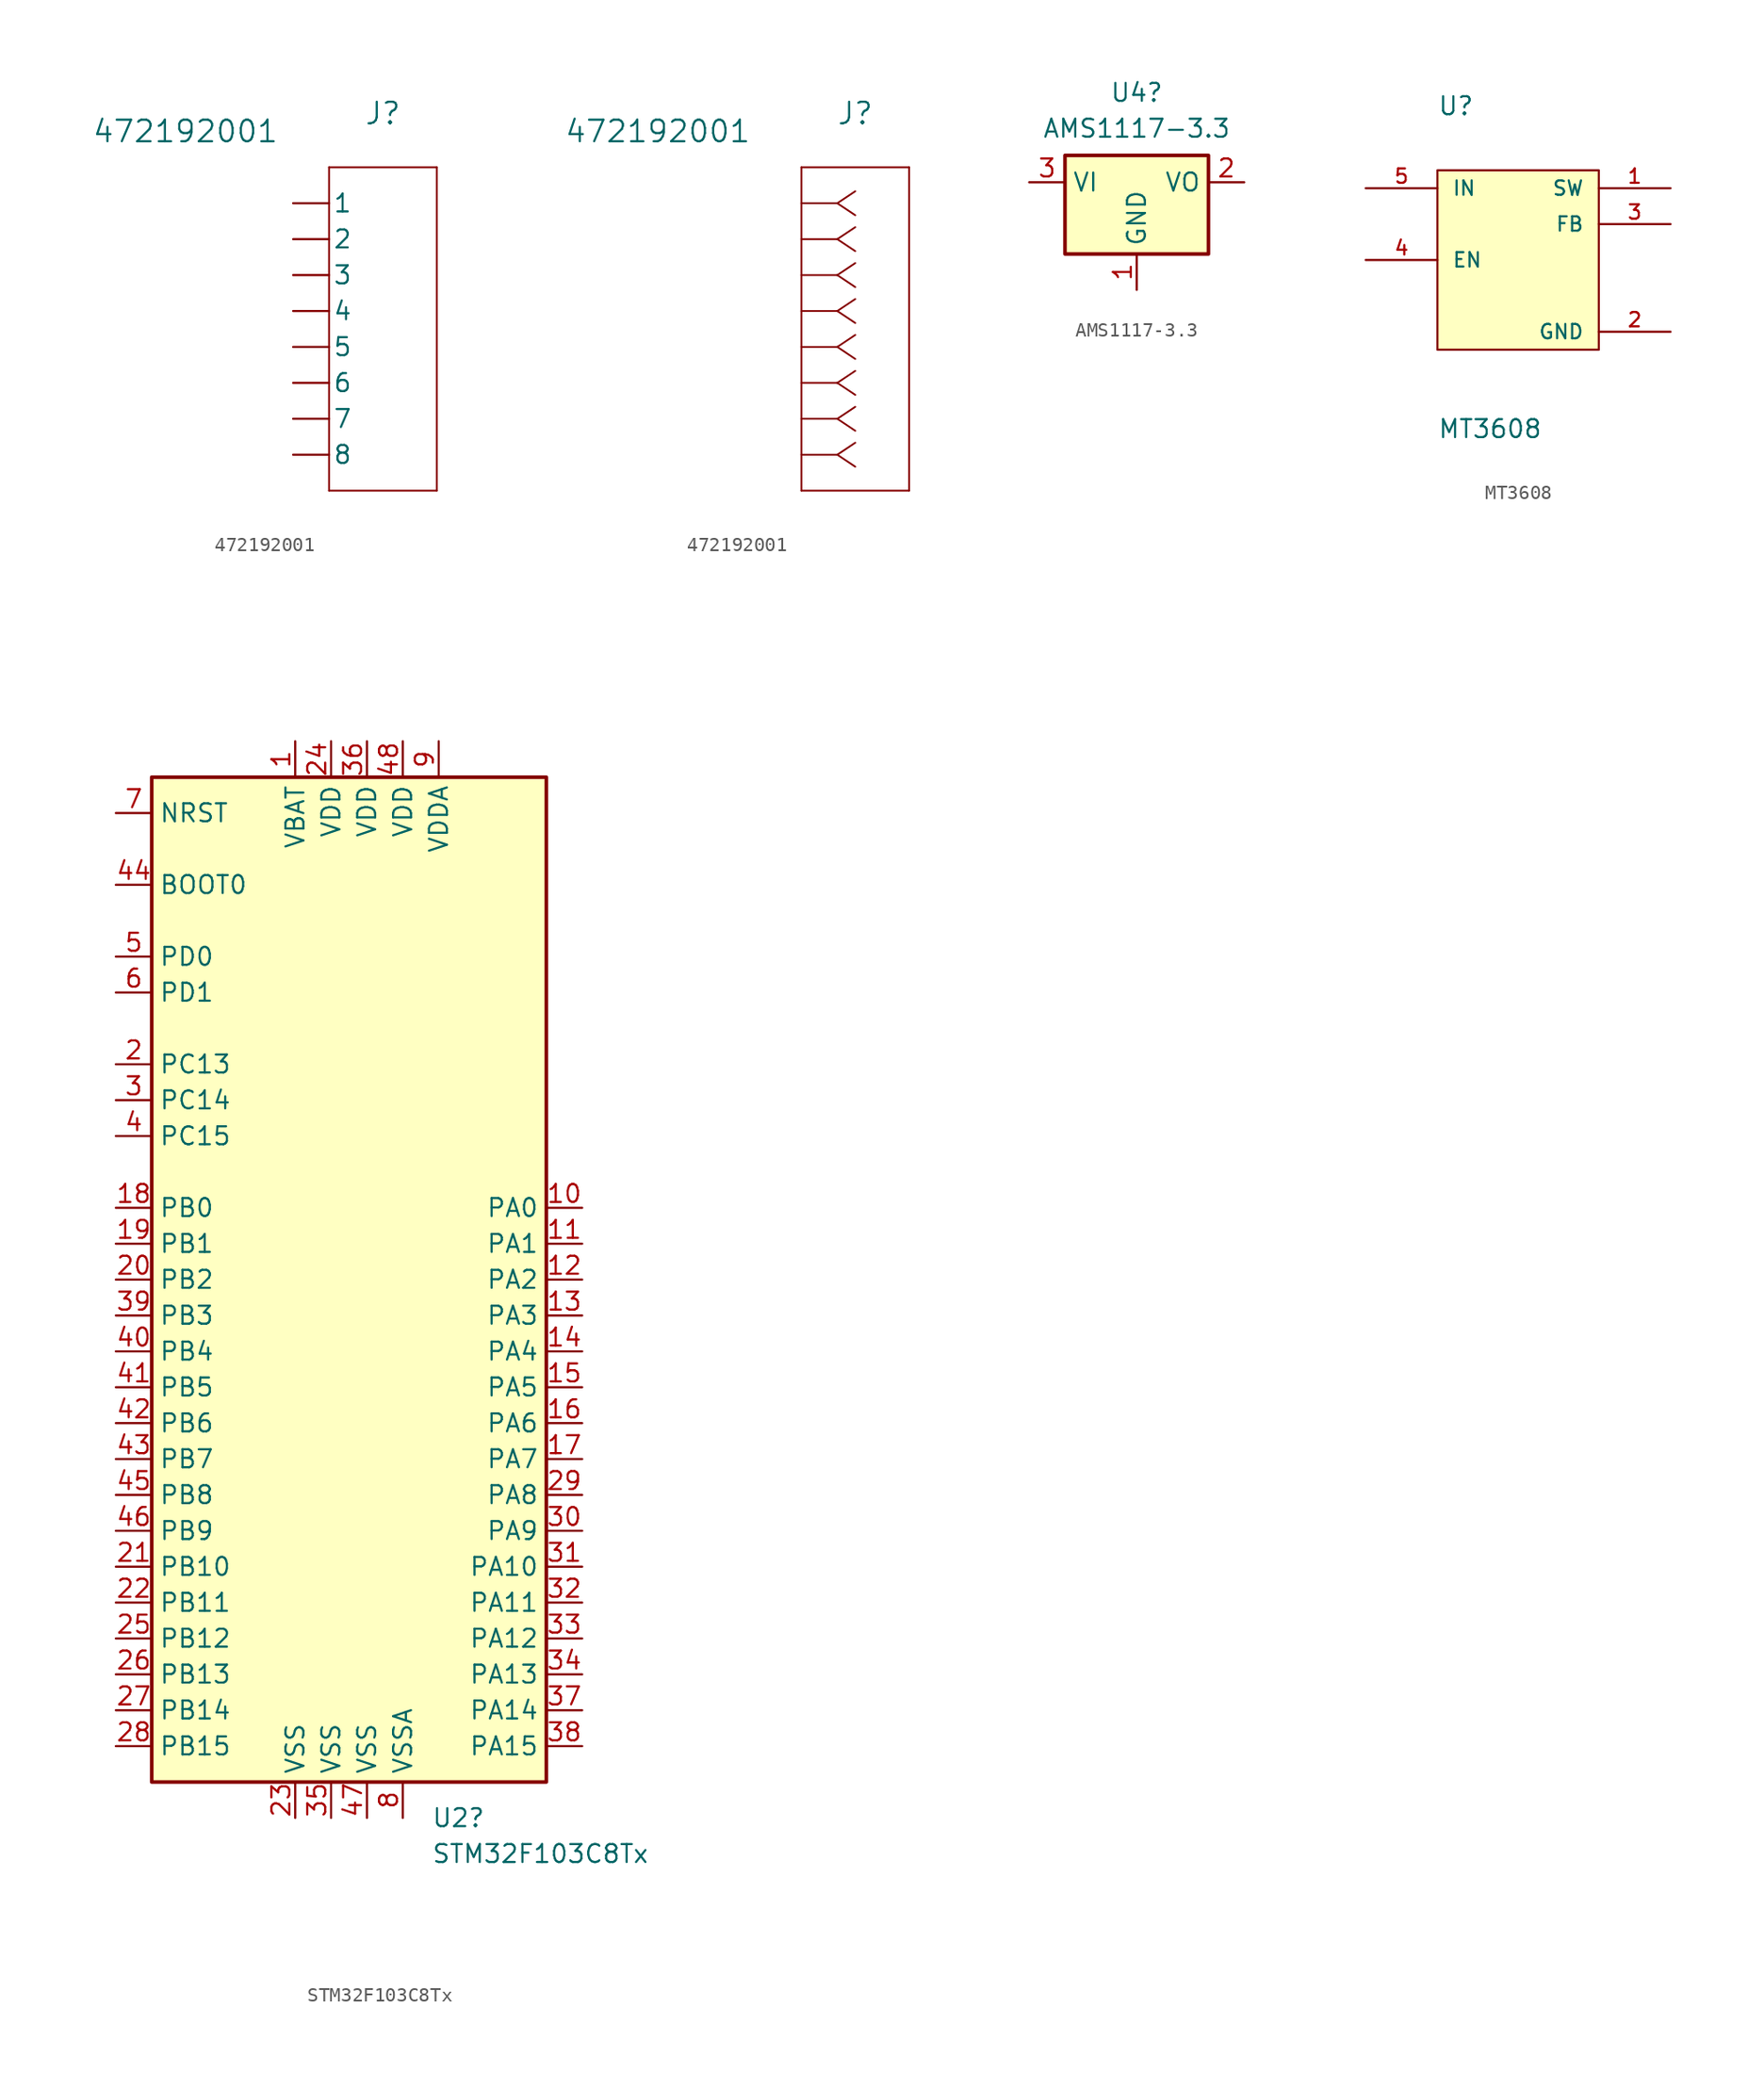
<source format=kicad_sym>
(kicad_symbol_lib
  (version 20231120)
  (generator "kicad_symbol_editor")
  (generator_version "8.0")
  (symbol "472192001"
    (pin_names
      (offset 0.254))
    (property "Reference" "J"
      (at 8.89 6.35 0)
      (effects (font (size 1.524 1.524))))
    (property "Value" "472192001"
      (at -5.08 5.08 0)
      (effects (font (size 1.524 1.524))))
    (symbol "472192001_1_1"
      (polyline (pts (xy 5.08 -20.32) (xy 12.7 -20.32)) (stroke (width 0.127) (type default)) (fill (type none)))
      (polyline (pts (xy 5.08 2.54) (xy 5.08 -20.32)) (stroke (width 0.127) (type default)) (fill (type none)))
      (polyline (pts (xy 12.7 -20.32) (xy 12.7 2.54)) (stroke (width 0.127) (type default)) (fill (type none)))
      (polyline (pts (xy 12.7 2.54) (xy 5.08 2.54)) (stroke (width 0.127) (type default)) (fill (type none)))
      (pin bidirectional line (at 2.54 0 0) (length 2.54) (name "1" (effects (font (size 1.27 1.27)))) (number "" (effects (font (size 1.27 1.27)))))
      (pin bidirectional line (at 2.54 -2.54 0) (length 2.54) (name "2" (effects (font (size 1.27 1.27)))) (number "" (effects (font (size 1.27 1.27)))))
      (pin bidirectional line (at 2.54 -5.08 0) (length 2.54) (name "3" (effects (font (size 1.27 1.27)))) (number "" (effects (font (size 1.27 1.27)))))
      (pin bidirectional line (at 2.54 -7.62 0) (length 2.54) (name "4" (effects (font (size 1.27 1.27)))) (number "" (effects (font (size 1.27 1.27)))))
      (pin bidirectional line (at 2.54 -10.16 0) (length 2.54) (name "5" (effects (font (size 1.27 1.27)))) (number "" (effects (font (size 1.27 1.27)))))
      (pin bidirectional line (at 2.54 -12.7 0) (length 2.54) (name "6" (effects (font (size 1.27 1.27)))) (number "" (effects (font (size 1.27 1.27)))))
      (pin bidirectional line (at 2.54 -15.24 0) (length 2.54) (name "7" (effects (font (size 1.27 1.27)))) (number "" (effects (font (size 1.27 1.27)))))
      (pin bidirectional line (at 2.54 -17.78 0) (length 2.54) (name "8" (effects (font (size 1.27 1.27)))) (number "" (effects (font (size 1.27 1.27))))))
    (symbol "472192001_1_2"
      (polyline (pts (xy 5.08 -20.32) (xy 12.7 -20.32)) (stroke (width 0.127) (type default)) (fill (type none)))
      (polyline (pts (xy 5.08 2.54) (xy 5.08 -20.32)) (stroke (width 0.127) (type default)) (fill (type none)))
      (polyline (pts (xy 7.62 -17.78) (xy 5.08 -17.78)) (stroke (width 0.127) (type default)) (fill (type none)))
      (polyline (pts (xy 7.62 -17.78) (xy 8.89 -18.627)) (stroke (width 0.127) (type default)) (fill (type none)))
      (polyline (pts (xy 7.62 -17.78) (xy 8.89 -16.933)) (stroke (width 0.127) (type default)) (fill (type none)))
      (polyline (pts (xy 7.62 -15.24) (xy 5.08 -15.24)) (stroke (width 0.127) (type default)) (fill (type none)))
      (polyline (pts (xy 7.62 -15.24) (xy 8.89 -16.087)) (stroke (width 0.127) (type default)) (fill (type none)))
      (polyline (pts (xy 7.62 -15.24) (xy 8.89 -14.393)) (stroke (width 0.127) (type default)) (fill (type none)))
      (polyline (pts (xy 7.62 -12.7) (xy 5.08 -12.7)) (stroke (width 0.127) (type default)) (fill (type none)))
      (polyline (pts (xy 7.62 -12.7) (xy 8.89 -13.547)) (stroke (width 0.127) (type default)) (fill (type none)))
      (polyline (pts (xy 7.62 -12.7) (xy 8.89 -11.853)) (stroke (width 0.127) (type default)) (fill (type none)))
      (polyline (pts (xy 7.62 -10.16) (xy 5.08 -10.16)) (stroke (width 0.127) (type default)) (fill (type none)))
      (polyline (pts (xy 7.62 -10.16) (xy 8.89 -11.007)) (stroke (width 0.127) (type default)) (fill (type none)))
      (polyline (pts (xy 7.62 -10.16) (xy 8.89 -9.313)) (stroke (width 0.127) (type default)) (fill (type none)))
      (polyline (pts (xy 7.62 -7.62) (xy 5.08 -7.62)) (stroke (width 0.127) (type default)) (fill (type none)))
      (polyline (pts (xy 7.62 -7.62) (xy 8.89 -8.467)) (stroke (width 0.127) (type default)) (fill (type none)))
      (polyline (pts (xy 7.62 -7.62) (xy 8.89 -6.773)) (stroke (width 0.127) (type default)) (fill (type none)))
      (polyline (pts (xy 7.62 -5.08) (xy 5.08 -5.08)) (stroke (width 0.127) (type default)) (fill (type none)))
      (polyline (pts (xy 7.62 -5.08) (xy 8.89 -5.927)) (stroke (width 0.127) (type default)) (fill (type none)))
      (polyline (pts (xy 7.62 -5.08) (xy 8.89 -4.233)) (stroke (width 0.127) (type default)) (fill (type none)))
      (polyline (pts (xy 7.62 -2.54) (xy 5.08 -2.54)) (stroke (width 0.127) (type default)) (fill (type none)))
      (polyline (pts (xy 7.62 -2.54) (xy 8.89 -3.387)) (stroke (width 0.127) (type default)) (fill (type none)))
      (polyline (pts (xy 7.62 -2.54) (xy 8.89 -1.693)) (stroke (width 0.127) (type default)) (fill (type none)))
      (polyline (pts (xy 7.62 0) (xy 5.08 0)) (stroke (width 0.127) (type default)) (fill (type none)))
      (polyline (pts (xy 7.62 0) (xy 8.89 -0.847)) (stroke (width 0.127) (type default)) (fill (type none)))
      (polyline (pts (xy 7.62 0) (xy 8.89 0.847)) (stroke (width 0.127) (type default)) (fill (type none)))
      (polyline (pts (xy 12.7 -20.32) (xy 12.7 2.54)) (stroke (width 0.127) (type default)) (fill (type none)))
      (polyline (pts (xy 12.7 2.54) (xy 5.08 2.54)) (stroke (width 0.127) (type default)) (fill (type none)))))
  (symbol "AMS1117-3.3"
    (property "Reference" "U4"
      (at 0 6.35 0)
      (effects (font (size 1.27 1.27))))
    (property "Value" "AMS1117-3.3"
      (at 0 3.81 0)
      (effects (font (size 1.27 1.27))))
    (symbol "AMS1117-3.3_0_1"
      (rectangle (start -5.08 -5.08) (end 5.08 1.905) (stroke (width 0.254) (type default)) (fill (type background))))
    (symbol "AMS1117-3.3_1_1"
      (pin power_in line (at 0 -7.62 90) (length 2.54) (name "GND" (effects (font (size 1.27 1.27)))) (number "1" (effects (font (size 1.27 1.27)))))
      (pin power_out line (at 7.62 0 180) (length 2.54) (name "VO" (effects (font (size 1.27 1.27)))) (number "2" (effects (font (size 1.27 1.27)))))
      (pin power_in line (at -7.62 0 0) (length 2.54) (name "VI" (effects (font (size 1.27 1.27)))) (number "3" (effects (font (size 1.27 1.27)))))))
  (symbol "MT3608"
    (pin_names
      (offset 1.016))
    (property "Reference" "U"
      (at -10.16 10.16 0)
      (effects (font (size 1.27 1.27)) (justify left bottom)))
    (property "Value" "MT3608"
      (at -10.16 -12.7 0)
      (effects (font (size 1.27 1.27)) (justify left bottom)))
    (symbol "MT3608_0_0"
      (rectangle (start -10.16 6.35) (end 1.27 -6.35) (stroke (width 0.152) (type default)) (fill (type background)))
      (pin output line (at 6.35 5.08 180) (length 5.08) (name "SW" (effects (font (size 1.016 1.016)))) (number "1" (effects (font (size 1.016 1.016)))))
      (pin power_in line (at 6.35 -5.08 180) (length 5.08) (name "GND" (effects (font (size 1.016 1.016)))) (number "2" (effects (font (size 1.016 1.016)))))
      (pin input line (at 6.35 2.54 180) (length 5.08) (name "FB" (effects (font (size 1.016 1.016)))) (number "3" (effects (font (size 1.016 1.016)))))
      (pin input line (at -15.24 0 0) (length 5.08) (name "EN" (effects (font (size 1.016 1.016)))) (number "4" (effects (font (size 1.016 1.016)))))
      (pin input line (at -15.24 5.08 0) (length 5.08) (name "IN" (effects (font (size 1.016 1.016)))) (number "5" (effects (font (size 1.016 1.016)))))))
  (symbol "STM32F103C8Tx"
    (property "Reference" "U2"
      (at 4.559 -38.1 0)
      (effects (font (size 1.27 1.27)) (justify left)))
    (property "Value" "STM32F103C8Tx"
      (at 4.559 -40.64 0)
      (effects (font (size 1.27 1.27)) (justify left)))
    (symbol "STM32F103C8Tx_0_1"
      (rectangle (start -15.24 -35.56) (end 12.7 35.56) (stroke (width 0.254) (type default)) (fill (type background))))
    (symbol "STM32F103C8Tx_1_1"
      (pin power_in line (at -5.08 38.1 270) (length 2.54) (name "VBAT" (effects (font (size 1.27 1.27)))) (number "1" (effects (font (size 1.27 1.27)))))
      (pin bidirectional line (at 15.24 5.08 180) (length 2.54) (name "PA0" (effects (font (size 1.27 1.27)))) (number "10" (effects (font (size 1.27 1.27)))))
      (pin bidirectional line (at 15.24 2.54 180) (length 2.54) (name "PA1" (effects (font (size 1.27 1.27)))) (number "11" (effects (font (size 1.27 1.27)))))
      (pin bidirectional line (at 15.24 0 180) (length 2.54) (name "PA2" (effects (font (size 1.27 1.27)))) (number "12" (effects (font (size 1.27 1.27)))))
      (pin bidirectional line (at 15.24 -2.54 180) (length 2.54) (name "PA3" (effects (font (size 1.27 1.27)))) (number "13" (effects (font (size 1.27 1.27)))))
      (pin bidirectional line (at 15.24 -5.08 180) (length 2.54) (name "PA4" (effects (font (size 1.27 1.27)))) (number "14" (effects (font (size 1.27 1.27)))))
      (pin bidirectional line (at 15.24 -7.62 180) (length 2.54) (name "PA5" (effects (font (size 1.27 1.27)))) (number "15" (effects (font (size 1.27 1.27)))))
      (pin bidirectional line (at 15.24 -10.16 180) (length 2.54) (name "PA6" (effects (font (size 1.27 1.27)))) (number "16" (effects (font (size 1.27 1.27)))))
      (pin bidirectional line (at 15.24 -12.7 180) (length 2.54) (name "PA7" (effects (font (size 1.27 1.27)))) (number "17" (effects (font (size 1.27 1.27)))))
      (pin bidirectional line (at -17.78 5.08 0) (length 2.54) (name "PB0" (effects (font (size 1.27 1.27)))) (number "18" (effects (font (size 1.27 1.27)))))
      (pin bidirectional line (at -17.78 2.54 0) (length 2.54) (name "PB1" (effects (font (size 1.27 1.27)))) (number "19" (effects (font (size 1.27 1.27)))))
      (pin bidirectional line (at -17.78 15.24 0) (length 2.54) (name "PC13" (effects (font (size 1.27 1.27)))) (number "2" (effects (font (size 1.27 1.27)))))
      (pin bidirectional line (at -17.78 0 0) (length 2.54) (name "PB2" (effects (font (size 1.27 1.27)))) (number "20" (effects (font (size 1.27 1.27)))))
      (pin bidirectional line (at -17.78 -20.32 0) (length 2.54) (name "PB10" (effects (font (size 1.27 1.27)))) (number "21" (effects (font (size 1.27 1.27)))))
      (pin bidirectional line (at -17.78 -22.86 0) (length 2.54) (name "PB11" (effects (font (size 1.27 1.27)))) (number "22" (effects (font (size 1.27 1.27)))))
      (pin power_in line (at -5.08 -38.1 90) (length 2.54) (name "VSS" (effects (font (size 1.27 1.27)))) (number "23" (effects (font (size 1.27 1.27)))))
      (pin power_in line (at -2.54 38.1 270) (length 2.54) (name "VDD" (effects (font (size 1.27 1.27)))) (number "24" (effects (font (size 1.27 1.27)))))
      (pin bidirectional line (at -17.78 -25.4 0) (length 2.54) (name "PB12" (effects (font (size 1.27 1.27)))) (number "25" (effects (font (size 1.27 1.27)))))
      (pin bidirectional line (at -17.78 -27.94 0) (length 2.54) (name "PB13" (effects (font (size 1.27 1.27)))) (number "26" (effects (font (size 1.27 1.27)))))
      (pin bidirectional line (at -17.78 -30.48 0) (length 2.54) (name "PB14" (effects (font (size 1.27 1.27)))) (number "27" (effects (font (size 1.27 1.27)))))
      (pin bidirectional line (at -17.78 -33.02 0) (length 2.54) (name "PB15" (effects (font (size 1.27 1.27)))) (number "28" (effects (font (size 1.27 1.27)))))
      (pin bidirectional line (at 15.24 -15.24 180) (length 2.54) (name "PA8" (effects (font (size 1.27 1.27)))) (number "29" (effects (font (size 1.27 1.27)))))
      (pin bidirectional line (at -17.78 12.7 0) (length 2.54) (name "PC14" (effects (font (size 1.27 1.27)))) (number "3" (effects (font (size 1.27 1.27)))))
      (pin bidirectional line (at 15.24 -17.78 180) (length 2.54) (name "PA9" (effects (font (size 1.27 1.27)))) (number "30" (effects (font (size 1.27 1.27)))))
      (pin bidirectional line (at 15.24 -20.32 180) (length 2.54) (name "PA10" (effects (font (size 1.27 1.27)))) (number "31" (effects (font (size 1.27 1.27)))))
      (pin bidirectional line (at 15.24 -22.86 180) (length 2.54) (name "PA11" (effects (font (size 1.27 1.27)))) (number "32" (effects (font (size 1.27 1.27)))))
      (pin bidirectional line (at 15.24 -25.4 180) (length 2.54) (name "PA12" (effects (font (size 1.27 1.27)))) (number "33" (effects (font (size 1.27 1.27)))))
      (pin bidirectional line (at 15.24 -27.94 180) (length 2.54) (name "PA13" (effects (font (size 1.27 1.27)))) (number "34" (effects (font (size 1.27 1.27)))))
      (pin power_in line (at -2.54 -38.1 90) (length 2.54) (name "VSS" (effects (font (size 1.27 1.27)))) (number "35" (effects (font (size 1.27 1.27)))))
      (pin power_in line (at 0 38.1 270) (length 2.54) (name "VDD" (effects (font (size 1.27 1.27)))) (number "36" (effects (font (size 1.27 1.27)))))
      (pin bidirectional line (at 15.24 -30.48 180) (length 2.54) (name "PA14" (effects (font (size 1.27 1.27)))) (number "37" (effects (font (size 1.27 1.27)))))
      (pin bidirectional line (at 15.24 -33.02 180) (length 2.54) (name "PA15" (effects (font (size 1.27 1.27)))) (number "38" (effects (font (size 1.27 1.27)))))
      (pin bidirectional line (at -17.78 -2.54 0) (length 2.54) (name "PB3" (effects (font (size 1.27 1.27)))) (number "39" (effects (font (size 1.27 1.27)))))
      (pin bidirectional line (at -17.78 10.16 0) (length 2.54) (name "PC15" (effects (font (size 1.27 1.27)))) (number "4" (effects (font (size 1.27 1.27)))))
      (pin bidirectional line (at -17.78 -5.08 0) (length 2.54) (name "PB4" (effects (font (size 1.27 1.27)))) (number "40" (effects (font (size 1.27 1.27)))))
      (pin bidirectional line (at -17.78 -7.62 0) (length 2.54) (name "PB5" (effects (font (size 1.27 1.27)))) (number "41" (effects (font (size 1.27 1.27)))))
      (pin bidirectional line (at -17.78 -10.16 0) (length 2.54) (name "PB6" (effects (font (size 1.27 1.27)))) (number "42" (effects (font (size 1.27 1.27)))))
      (pin bidirectional line (at -17.78 -12.7 0) (length 2.54) (name "PB7" (effects (font (size 1.27 1.27)))) (number "43" (effects (font (size 1.27 1.27)))))
      (pin input line (at -17.78 27.94 0) (length 2.54) (name "BOOT0" (effects (font (size 1.27 1.27)))) (number "44" (effects (font (size 1.27 1.27)))))
      (pin bidirectional line (at -17.78 -15.24 0) (length 2.54) (name "PB8" (effects (font (size 1.27 1.27)))) (number "45" (effects (font (size 1.27 1.27)))))
      (pin bidirectional line (at -17.78 -17.78 0) (length 2.54) (name "PB9" (effects (font (size 1.27 1.27)))) (number "46" (effects (font (size 1.27 1.27)))))
      (pin power_in line (at 0 -38.1 90) (length 2.54) (name "VSS" (effects (font (size 1.27 1.27)))) (number "47" (effects (font (size 1.27 1.27)))))
      (pin power_in line (at 2.54 38.1 270) (length 2.54) (name "VDD" (effects (font (size 1.27 1.27)))) (number "48" (effects (font (size 1.27 1.27)))))
      (pin input line (at -17.78 22.86 0) (length 2.54) (name "PD0" (effects (font (size 1.27 1.27)))) (number "5" (effects (font (size 1.27 1.27)))))
      (pin input line (at -17.78 20.32 0) (length 2.54) (name "PD1" (effects (font (size 1.27 1.27)))) (number "6" (effects (font (size 1.27 1.27)))))
      (pin input line (at -17.78 33.02 0) (length 2.54) (name "NRST" (effects (font (size 1.27 1.27)))) (number "7" (effects (font (size 1.27 1.27)))))
      (pin power_in line (at 2.54 -38.1 90) (length 2.54) (name "VSSA" (effects (font (size 1.27 1.27)))) (number "8" (effects (font (size 1.27 1.27)))))
      (pin power_in line (at 5.08 38.1 270) (length 2.54) (name "VDDA" (effects (font (size 1.27 1.27)))) (number "9" (effects (font (size 1.27 1.27))))))))
</source>
